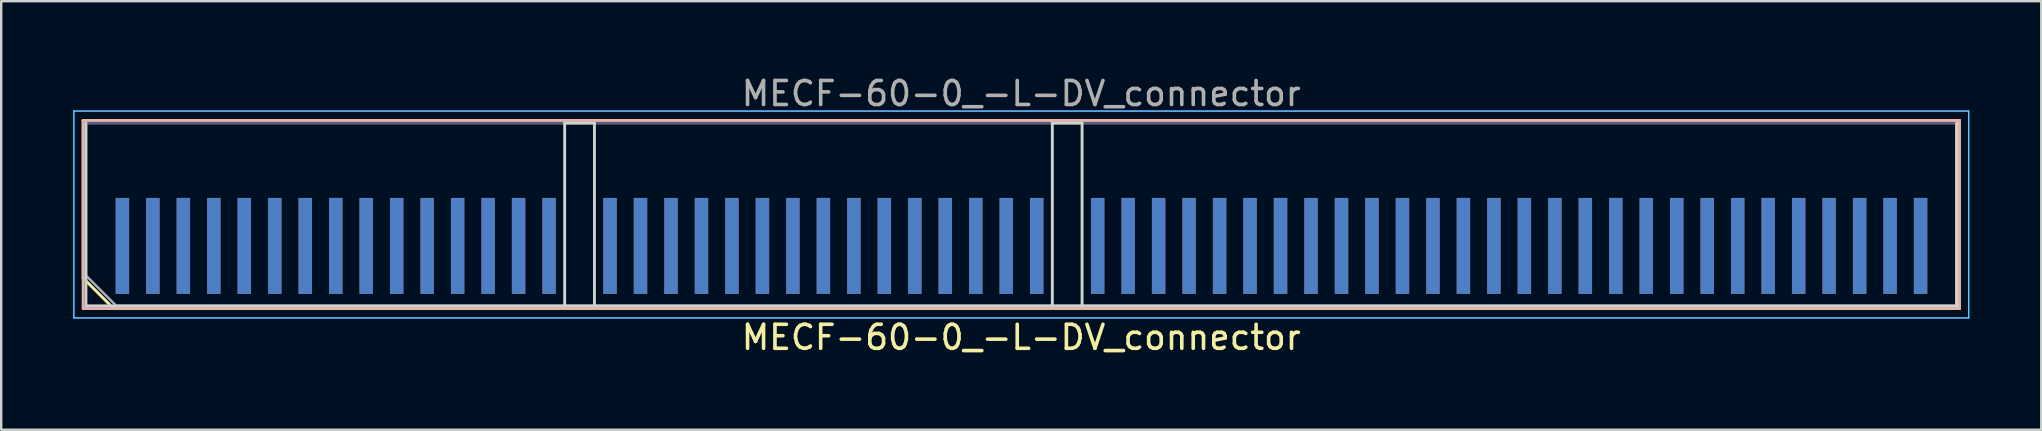
<source format=kicad_pcb>
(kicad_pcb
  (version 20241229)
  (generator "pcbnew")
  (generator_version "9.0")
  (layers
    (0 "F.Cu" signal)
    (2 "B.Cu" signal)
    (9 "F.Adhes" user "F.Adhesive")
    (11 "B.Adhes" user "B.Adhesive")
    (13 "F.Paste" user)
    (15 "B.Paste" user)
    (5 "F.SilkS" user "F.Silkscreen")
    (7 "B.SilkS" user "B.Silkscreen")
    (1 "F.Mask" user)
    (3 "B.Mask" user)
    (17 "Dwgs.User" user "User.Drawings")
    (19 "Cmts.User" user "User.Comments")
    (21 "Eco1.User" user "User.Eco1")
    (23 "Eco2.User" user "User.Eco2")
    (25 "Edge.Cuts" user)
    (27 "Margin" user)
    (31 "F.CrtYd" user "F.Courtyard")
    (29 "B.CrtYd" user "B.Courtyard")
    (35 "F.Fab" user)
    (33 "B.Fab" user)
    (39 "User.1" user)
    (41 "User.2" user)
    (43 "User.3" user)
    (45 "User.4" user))
  (footprint "MECF-60-0_-L-DV_connector"
    (layer "F.Cu")
    (at 39.505 7.198)
    (property "Reference" "MECF-60-0_-L-DV_connector" (at 0 3.81 0) (layer "F.SilkS") (effects (font (size 1 1) (thickness 0.15))))
    (attr smd)
    (fp_line (start -39.09 -5.23) (end 39.09 -5.23) (stroke (width 0.12) (type solid)) (layer "F.SilkS"))
    (fp_line (start -39.09 1.34) (end -39.09 -5.23) (stroke (width 0.12) (type solid)) (layer "F.SilkS"))
    (fp_line (start -37.82 2.61) (end -39.09 1.34) (stroke (width 0.12) (type solid)) (layer "F.SilkS"))
    (fp_line (start -37.82 2.61) (end 39.09 2.61) (stroke (width 0.12) (type solid)) (layer "F.SilkS"))
    (fp_line (start 39.09 2.61) (end 39.09 -5.23) (stroke (width 0.12) (type solid)) (layer "F.SilkS"))
    (fp_line (start -39.09 -5.23) (end 39.09 -5.23) (stroke (width 0.12) (type solid)) (layer "B.SilkS"))
    (fp_line (start -39.09 2.61) (end -39.09 -5.23) (stroke (width 0.12) (type solid)) (layer "B.SilkS"))
    (fp_line (start -39.09 2.61) (end 39.09 2.61) (stroke (width 0.12) (type solid)) (layer "B.SilkS"))
    (fp_line (start 39.09 2.61) (end 39.09 -5.23) (stroke (width 0.12) (type solid)) (layer "B.SilkS"))
    (fp_line (start -38.975 2.5) (end -38.975 -5.12) (stroke (width 0.12) (type solid)) (layer "Edge.Cuts"))
    (fp_line (start -38.975 2.5) (end -19.025 2.5) (stroke (width 0.12) (type solid)) (layer "Edge.Cuts"))
    (fp_line (start -19.025 -5.12) (end -17.785 -5.12) (stroke (width 0.12) (type solid)) (layer "Edge.Cuts"))
    (fp_line (start -19.025 2.5) (end -19.025 -5.12) (stroke (width 0.12) (type solid)) (layer "Edge.Cuts"))
    (fp_line (start -19.025 2.5) (end 2.535 2.5) (stroke (width 0.12) (type solid)) (layer "Edge.Cuts"))
    (fp_line (start -17.785 2.5) (end -17.785 -5.12) (stroke (width 0.12) (type solid)) (layer "Edge.Cuts"))
    (fp_line (start 1.295 -5.12) (end 2.535 -5.12) (stroke (width 0.12) (type solid)) (layer "Edge.Cuts"))
    (fp_line (start 1.295 2.5) (end 1.295 -5.12) (stroke (width 0.12) (type solid)) (layer "Edge.Cuts"))
    (fp_line (start 2.535 2.5) (end 2.535 -5.12) (stroke (width 0.12) (type solid)) (layer "Edge.Cuts"))
    (fp_line (start 2.535 2.5) (end 38.975 2.5) (stroke (width 0.12) (type solid)) (layer "Edge.Cuts"))
    (fp_line (start 38.975 2.5) (end 38.975 -5.12) (stroke (width 0.12) (type solid)) (layer "Edge.Cuts"))
    (fp_line (start -39.48 -5.62) (end -39.48 3) (stroke (width 0.05) (type solid)) (layer "B.CrtYd"))
    (fp_line (start -39.48 3) (end 39.48 3) (stroke (width 0.05) (type solid)) (layer "B.CrtYd"))
    (fp_line (start 39.48 -5.62) (end -39.48 -5.62) (stroke (width 0.05) (type solid)) (layer "B.CrtYd"))
    (fp_line (start 39.48 3) (end 39.48 -5.62) (stroke (width 0.05) (type solid)) (layer "B.CrtYd"))
    (fp_line (start -39.48 -5.62) (end -39.48 3) (stroke (width 0.05) (type solid)) (layer "F.CrtYd"))
    (fp_line (start -39.48 3) (end 39.48 3) (stroke (width 0.05) (type solid)) (layer "F.CrtYd"))
    (fp_line (start 39.48 -5.62) (end -39.48 -5.62) (stroke (width 0.05) (type solid)) (layer "F.CrtYd"))
    (fp_line (start 39.48 3) (end 39.48 -5.62) (stroke (width 0.05) (type solid)) (layer "F.CrtYd"))
    (fp_line (start -38.975 -5.12) (end 38.975 -5.12) (stroke (width 0.1) (type solid)) (layer "B.Fab"))
    (fp_line (start -38.975 2.5) (end -38.975 -5.12) (stroke (width 0.1) (type solid)) (layer "B.Fab"))
    (fp_line (start -38.975 2.5) (end 38.975 2.5) (stroke (width 0.1) (type solid)) (layer "B.Fab"))
    (fp_line (start 38.975 2.5) (end 38.975 -5.12) (stroke (width 0.1) (type solid)) (layer "B.Fab"))
    (fp_line (start -38.975 -5.12) (end 38.975 -5.12) (stroke (width 0.1) (type solid)) (layer "F.Fab"))
    (fp_line (start -38.975 1.23) (end -38.975 -5.12) (stroke (width 0.1) (type solid)) (layer "F.Fab"))
    (fp_line (start -38.975 1.23) (end -37.705 2.5) (stroke (width 0.1) (type solid)) (layer "F.Fab"))
    (fp_line (start -37.705 2.5) (end 38.975 2.5) (stroke (width 0.1) (type solid)) (layer "F.Fab"))
    (fp_line (start 38.975 2.5) (end 38.975 -5.12) (stroke (width 0.1) (type solid)) (layer "F.Fab"))
    (fp_text user "${REFERENCE}" (at 0 -6.35 0) (layer "F.Fab") (effects (font (size 1 1) (thickness 0.15))))
    (pad "1" smd rect (at -37.455 0) (size 0.56 4) (layers "F.Cu" "F.Mask" "F.Paste"))
    (pad "2" smd rect (at -37.455 0) (size 0.56 4) (layers "B.Cu" "B.Mask" "B.Paste"))
    (pad "3" smd rect (at -36.185 0) (size 0.56 4) (layers "F.Cu" "F.Mask" "F.Paste"))
    (pad "4" smd rect (at -36.185 0) (size 0.56 4) (layers "B.Cu" "B.Mask" "B.Paste"))
    (pad "5" smd rect (at -34.915 0) (size 0.56 4) (layers "F.Cu" "F.Mask" "F.Paste"))
    (pad "6" smd rect (at -34.915 0) (size 0.56 4) (layers "B.Cu" "B.Mask" "B.Paste"))
    (pad "7" smd rect (at -33.645 0) (size 0.56 4) (layers "F.Cu" "F.Mask" "F.Paste"))
    (pad "8" smd rect (at -33.645 0) (size 0.56 4) (layers "B.Cu" "B.Mask" "B.Paste"))
    (pad "9" smd rect (at -32.375 0) (size 0.56 4) (layers "F.Cu" "F.Mask" "F.Paste"))
    (pad "10" smd rect (at -32.375 0) (size 0.56 4) (layers "B.Cu" "B.Mask" "B.Paste"))
    (pad "11" smd rect (at -31.105 0) (size 0.56 4) (layers "F.Cu" "F.Mask" "F.Paste"))
    (pad "12" smd rect (at -31.105 0) (size 0.56 4) (layers "B.Cu" "B.Mask" "B.Paste"))
    (pad "13" smd rect (at -29.835 0) (size 0.56 4) (layers "F.Cu" "F.Mask" "F.Paste"))
    (pad "14" smd rect (at -29.835 0) (size 0.56 4) (layers "B.Cu" "B.Mask" "B.Paste"))
    (pad "15" smd rect (at -28.565 0) (size 0.56 4) (layers "F.Cu" "F.Mask" "F.Paste"))
    (pad "16" smd rect (at -28.565 0) (size 0.56 4) (layers "B.Cu" "B.Mask" "B.Paste"))
    (pad "17" smd rect (at -27.295 0) (size 0.56 4) (layers "F.Cu" "F.Mask" "F.Paste"))
    (pad "18" smd rect (at -27.295 0) (size 0.56 4) (layers "B.Cu" "B.Mask" "B.Paste"))
    (pad "19" smd rect (at -26.025 0) (size 0.56 4) (layers "F.Cu" "F.Mask" "F.Paste"))
    (pad "20" smd rect (at -26.025 0) (size 0.56 4) (layers "B.Cu" "B.Mask" "B.Paste"))
    (pad "21" smd rect (at -24.755 0) (size 0.56 4) (layers "F.Cu" "F.Mask" "F.Paste"))
    (pad "22" smd rect (at -24.755 0) (size 0.56 4) (layers "B.Cu" "B.Mask" "B.Paste"))
    (pad "23" smd rect (at -23.485 0) (size 0.56 4) (layers "F.Cu" "F.Mask" "F.Paste"))
    (pad "24" smd rect (at -23.485 0) (size 0.56 4) (layers "B.Cu" "B.Mask" "B.Paste"))
    (pad "25" smd rect (at -22.215 0) (size 0.56 4) (layers "F.Cu" "F.Mask" "F.Paste"))
    (pad "26" smd rect (at -22.215 0) (size 0.56 4) (layers "B.Cu" "B.Mask" "B.Paste"))
    (pad "27" smd rect (at -20.945 0) (size 0.56 4) (layers "F.Cu" "F.Mask" "F.Paste"))
    (pad "28" smd rect (at -20.945 0) (size 0.56 4) (layers "B.Cu" "B.Mask" "B.Paste"))
    (pad "29" smd rect (at -19.675 0) (size 0.56 4) (layers "F.Cu" "F.Mask" "F.Paste"))
    (pad "30" smd rect (at -19.675 0) (size 0.56 4) (layers "B.Cu" "B.Mask" "B.Paste"))
    (pad "33" smd rect (at -17.135 0) (size 0.56 4) (layers "F.Cu" "F.Mask" "F.Paste"))
    (pad "34" smd rect (at -17.135 0) (size 0.56 4) (layers "B.Cu" "B.Mask" "B.Paste"))
    (pad "35" smd rect (at -15.865 0) (size 0.56 4) (layers "F.Cu" "F.Mask" "F.Paste"))
    (pad "36" smd rect (at -15.865 0) (size 0.56 4) (layers "B.Cu" "B.Mask" "B.Paste"))
    (pad "37" smd rect (at -14.595 0) (size 0.56 4) (layers "F.Cu" "F.Mask" "F.Paste"))
    (pad "38" smd rect (at -14.595 0) (size 0.56 4) (layers "B.Cu" "B.Mask" "B.Paste"))
    (pad "39" smd rect (at -13.325 0) (size 0.56 4) (layers "F.Cu" "F.Mask" "F.Paste"))
    (pad "40" smd rect (at -13.325 0) (size 0.56 4) (layers "B.Cu" "B.Mask" "B.Paste"))
    (pad "41" smd rect (at -12.055 0) (size 0.56 4) (layers "F.Cu" "F.Mask" "F.Paste"))
    (pad "42" smd rect (at -12.055 0) (size 0.56 4) (layers "B.Cu" "B.Mask" "B.Paste"))
    (pad "43" smd rect (at -10.785 0) (size 0.56 4) (layers "F.Cu" "F.Mask" "F.Paste"))
    (pad "44" smd rect (at -10.785 0) (size 0.56 4) (layers "B.Cu" "B.Mask" "B.Paste"))
    (pad "45" smd rect (at -9.515 0) (size 0.56 4) (layers "F.Cu" "F.Mask" "F.Paste"))
    (pad "46" smd rect (at -9.515 0) (size 0.56 4) (layers "B.Cu" "B.Mask" "B.Paste"))
    (pad "47" smd rect (at -8.245 0) (size 0.56 4) (layers "F.Cu" "F.Mask" "F.Paste"))
    (pad "48" smd rect (at -8.245 0) (size 0.56 4) (layers "B.Cu" "B.Mask" "B.Paste"))
    (pad "49" smd rect (at -6.975 0) (size 0.56 4) (layers "F.Cu" "F.Mask" "F.Paste"))
    (pad "50" smd rect (at -6.975 0) (size 0.56 4) (layers "B.Cu" "B.Mask" "B.Paste"))
    (pad "51" smd rect (at -5.705 0) (size 0.56 4) (layers "F.Cu" "F.Mask" "F.Paste"))
    (pad "52" smd rect (at -5.705 0) (size 0.56 4) (layers "B.Cu" "B.Mask" "B.Paste"))
    (pad "53" smd rect (at -4.435 0) (size 0.56 4) (layers "F.Cu" "F.Mask" "F.Paste"))
    (pad "54" smd rect (at -4.435 0) (size 0.56 4) (layers "B.Cu" "B.Mask" "B.Paste"))
    (pad "55" smd rect (at -3.165 0) (size 0.56 4) (layers "F.Cu" "F.Mask" "F.Paste"))
    (pad "56" smd rect (at -3.165 0) (size 0.56 4) (layers "B.Cu" "B.Mask" "B.Paste"))
    (pad "57" smd rect (at -1.895 0) (size 0.56 4) (layers "F.Cu" "F.Mask" "F.Paste"))
    (pad "58" smd rect (at -1.895 0) (size 0.56 4) (layers "B.Cu" "B.Mask" "B.Paste"))
    (pad "59" smd rect (at -0.625 0) (size 0.56 4) (layers "F.Cu" "F.Mask" "F.Paste"))
    (pad "60" smd rect (at -0.625 0) (size 0.56 4) (layers "B.Cu" "B.Mask" "B.Paste"))
    (pad "61" smd rect (at 0.645 0) (size 0.56 4) (layers "F.Cu" "F.Mask" "F.Paste"))
    (pad "62" smd rect (at 0.645 0) (size 0.56 4) (layers "B.Cu" "B.Mask" "B.Paste"))
    (pad "65" smd rect (at 3.185 0) (size 0.56 4) (layers "F.Cu" "F.Mask" "F.Paste"))
    (pad "66" smd rect (at 3.185 0) (size 0.56 4) (layers "B.Cu" "B.Mask" "B.Paste"))
    (pad "67" smd rect (at 4.455 0) (size 0.56 4) (layers "F.Cu" "F.Mask" "F.Paste"))
    (pad "68" smd rect (at 4.455 0) (size 0.56 4) (layers "B.Cu" "B.Mask" "B.Paste"))
    (pad "69" smd rect (at 5.725 0) (size 0.56 4) (layers "F.Cu" "F.Mask" "F.Paste"))
    (pad "70" smd rect (at 5.725 0) (size 0.56 4) (layers "B.Cu" "B.Mask" "B.Paste"))
    (pad "71" smd rect (at 6.995 0) (size 0.56 4) (layers "F.Cu" "F.Mask" "F.Paste"))
    (pad "72" smd rect (at 6.995 0) (size 0.56 4) (layers "B.Cu" "B.Mask" "B.Paste"))
    (pad "73" smd rect (at 8.265 0) (size 0.56 4) (layers "F.Cu" "F.Mask" "F.Paste"))
    (pad "74" smd rect (at 8.265 0) (size 0.56 4) (layers "B.Cu" "B.Mask" "B.Paste"))
    (pad "75" smd rect (at 9.535 0) (size 0.56 4) (layers "F.Cu" "F.Mask" "F.Paste"))
    (pad "76" smd rect (at 9.535 0) (size 0.56 4) (layers "B.Cu" "B.Mask" "B.Paste"))
    (pad "77" smd rect (at 10.805 0) (size 0.56 4) (layers "F.Cu" "F.Mask" "F.Paste"))
    (pad "78" smd rect (at 10.805 0) (size 0.56 4) (layers "B.Cu" "B.Mask" "B.Paste"))
    (pad "79" smd rect (at 12.075 0) (size 0.56 4) (layers "F.Cu" "F.Mask" "F.Paste"))
    (pad "80" smd rect (at 12.075 0) (size 0.56 4) (layers "B.Cu" "B.Mask" "B.Paste"))
    (pad "81" smd rect (at 13.345 0) (size 0.56 4) (layers "F.Cu" "F.Mask" "F.Paste"))
    (pad "82" smd rect (at 13.345 0) (size 0.56 4) (layers "B.Cu" "B.Mask" "B.Paste"))
    (pad "83" smd rect (at 14.615 0) (size 0.56 4) (layers "F.Cu" "F.Mask" "F.Paste"))
    (pad "84" smd rect (at 14.615 0) (size 0.56 4) (layers "B.Cu" "B.Mask" "B.Paste"))
    (pad "85" smd rect (at 15.885 0) (size 0.56 4) (layers "F.Cu" "F.Mask" "F.Paste"))
    (pad "86" smd rect (at 15.885 0) (size 0.56 4) (layers "B.Cu" "B.Mask" "B.Paste"))
    (pad "87" smd rect (at 17.155 0) (size 0.56 4) (layers "F.Cu" "F.Mask" "F.Paste"))
    (pad "88" smd rect (at 17.155 0) (size 0.56 4) (layers "B.Cu" "B.Mask" "B.Paste"))
    (pad "89" smd rect (at 18.425 0) (size 0.56 4) (layers "F.Cu" "F.Mask" "F.Paste"))
    (pad "90" smd rect (at 18.425 0) (size 0.56 4) (layers "B.Cu" "B.Mask" "B.Paste"))
    (pad "91" smd rect (at 19.695 0) (size 0.56 4) (layers "F.Cu" "F.Mask" "F.Paste"))
    (pad "92" smd rect (at 19.695 0) (size 0.56 4) (layers "B.Cu" "B.Mask" "B.Paste"))
    (pad "93" smd rect (at 20.965 0) (size 0.56 4) (layers "F.Cu" "F.Mask" "F.Paste"))
    (pad "94" smd rect (at 20.965 0) (size 0.56 4) (layers "B.Cu" "B.Mask" "B.Paste"))
    (pad "95" smd rect (at 22.235 0) (size 0.56 4) (layers "F.Cu" "F.Mask" "F.Paste"))
    (pad "96" smd rect (at 22.235 0) (size 0.56 4) (layers "B.Cu" "B.Mask" "B.Paste"))
    (pad "97" smd rect (at 23.505 0) (size 0.56 4) (layers "F.Cu" "F.Mask" "F.Paste"))
    (pad "98" smd rect (at 23.505 0) (size 0.56 4) (layers "B.Cu" "B.Mask" "B.Paste"))
    (pad "99" smd rect (at 24.775 0) (size 0.56 4) (layers "F.Cu" "F.Mask" "F.Paste"))
    (pad "100" smd rect (at 24.775 0) (size 0.56 4) (layers "B.Cu" "B.Mask" "B.Paste"))
    (pad "101" smd rect (at 26.045 0) (size 0.56 4) (layers "F.Cu" "F.Mask" "F.Paste"))
    (pad "102" smd rect (at 26.045 0) (size 0.56 4) (layers "B.Cu" "B.Mask" "B.Paste"))
    (pad "103" smd rect (at 27.315 0) (size 0.56 4) (layers "F.Cu" "F.Mask" "F.Paste"))
    (pad "104" smd rect (at 27.315 0) (size 0.56 4) (layers "B.Cu" "B.Mask" "B.Paste"))
    (pad "105" smd rect (at 28.585 0) (size 0.56 4) (layers "F.Cu" "F.Mask" "F.Paste"))
    (pad "106" smd rect (at 28.585 0) (size 0.56 4) (layers "B.Cu" "B.Mask" "B.Paste"))
    (pad "107" smd rect (at 29.855 0) (size 0.56 4) (layers "F.Cu" "F.Mask" "F.Paste"))
    (pad "108" smd rect (at 29.855 0) (size 0.56 4) (layers "B.Cu" "B.Mask" "B.Paste"))
    (pad "109" smd rect (at 31.125 0) (size 0.56 4) (layers "F.Cu" "F.Mask" "F.Paste"))
    (pad "110" smd rect (at 31.125 0) (size 0.56 4) (layers "B.Cu" "B.Mask" "B.Paste"))
    (pad "111" smd rect (at 32.395 0) (size 0.56 4) (layers "F.Cu" "F.Mask" "F.Paste"))
    (pad "112" smd rect (at 32.395 0) (size 0.56 4) (layers "B.Cu" "B.Mask" "B.Paste"))
    (pad "113" smd rect (at 33.665 0) (size 0.56 4) (layers "F.Cu" "F.Mask" "F.Paste"))
    (pad "114" smd rect (at 33.665 0) (size 0.56 4) (layers "B.Cu" "B.Mask" "B.Paste"))
    (pad "115" smd rect (at 34.935 0) (size 0.56 4) (layers "F.Cu" "F.Mask" "F.Paste"))
    (pad "116" smd rect (at 34.935 0) (size 0.56 4) (layers "B.Cu" "B.Mask" "B.Paste"))
    (pad "117" smd rect (at 36.205 0) (size 0.56 4) (layers "F.Cu" "F.Mask" "F.Paste"))
    (pad "118" smd rect (at 36.205 0) (size 0.56 4) (layers "B.Cu" "B.Mask" "B.Paste"))
    (pad "119" smd rect (at 37.475 0) (size 0.56 4) (layers "F.Cu" "F.Mask" "F.Paste"))
    (pad "120" smd rect (at 37.475 0) (size 0.56 4) (layers "B.Cu" "B.Mask" "B.Paste")))
  (gr_rect
    (start -3 -3)
    (end 82.01 14.857)
    (stroke (width 0.1) (type default))
    (fill no)
    (layer "Edge.Cuts")))
</source>
